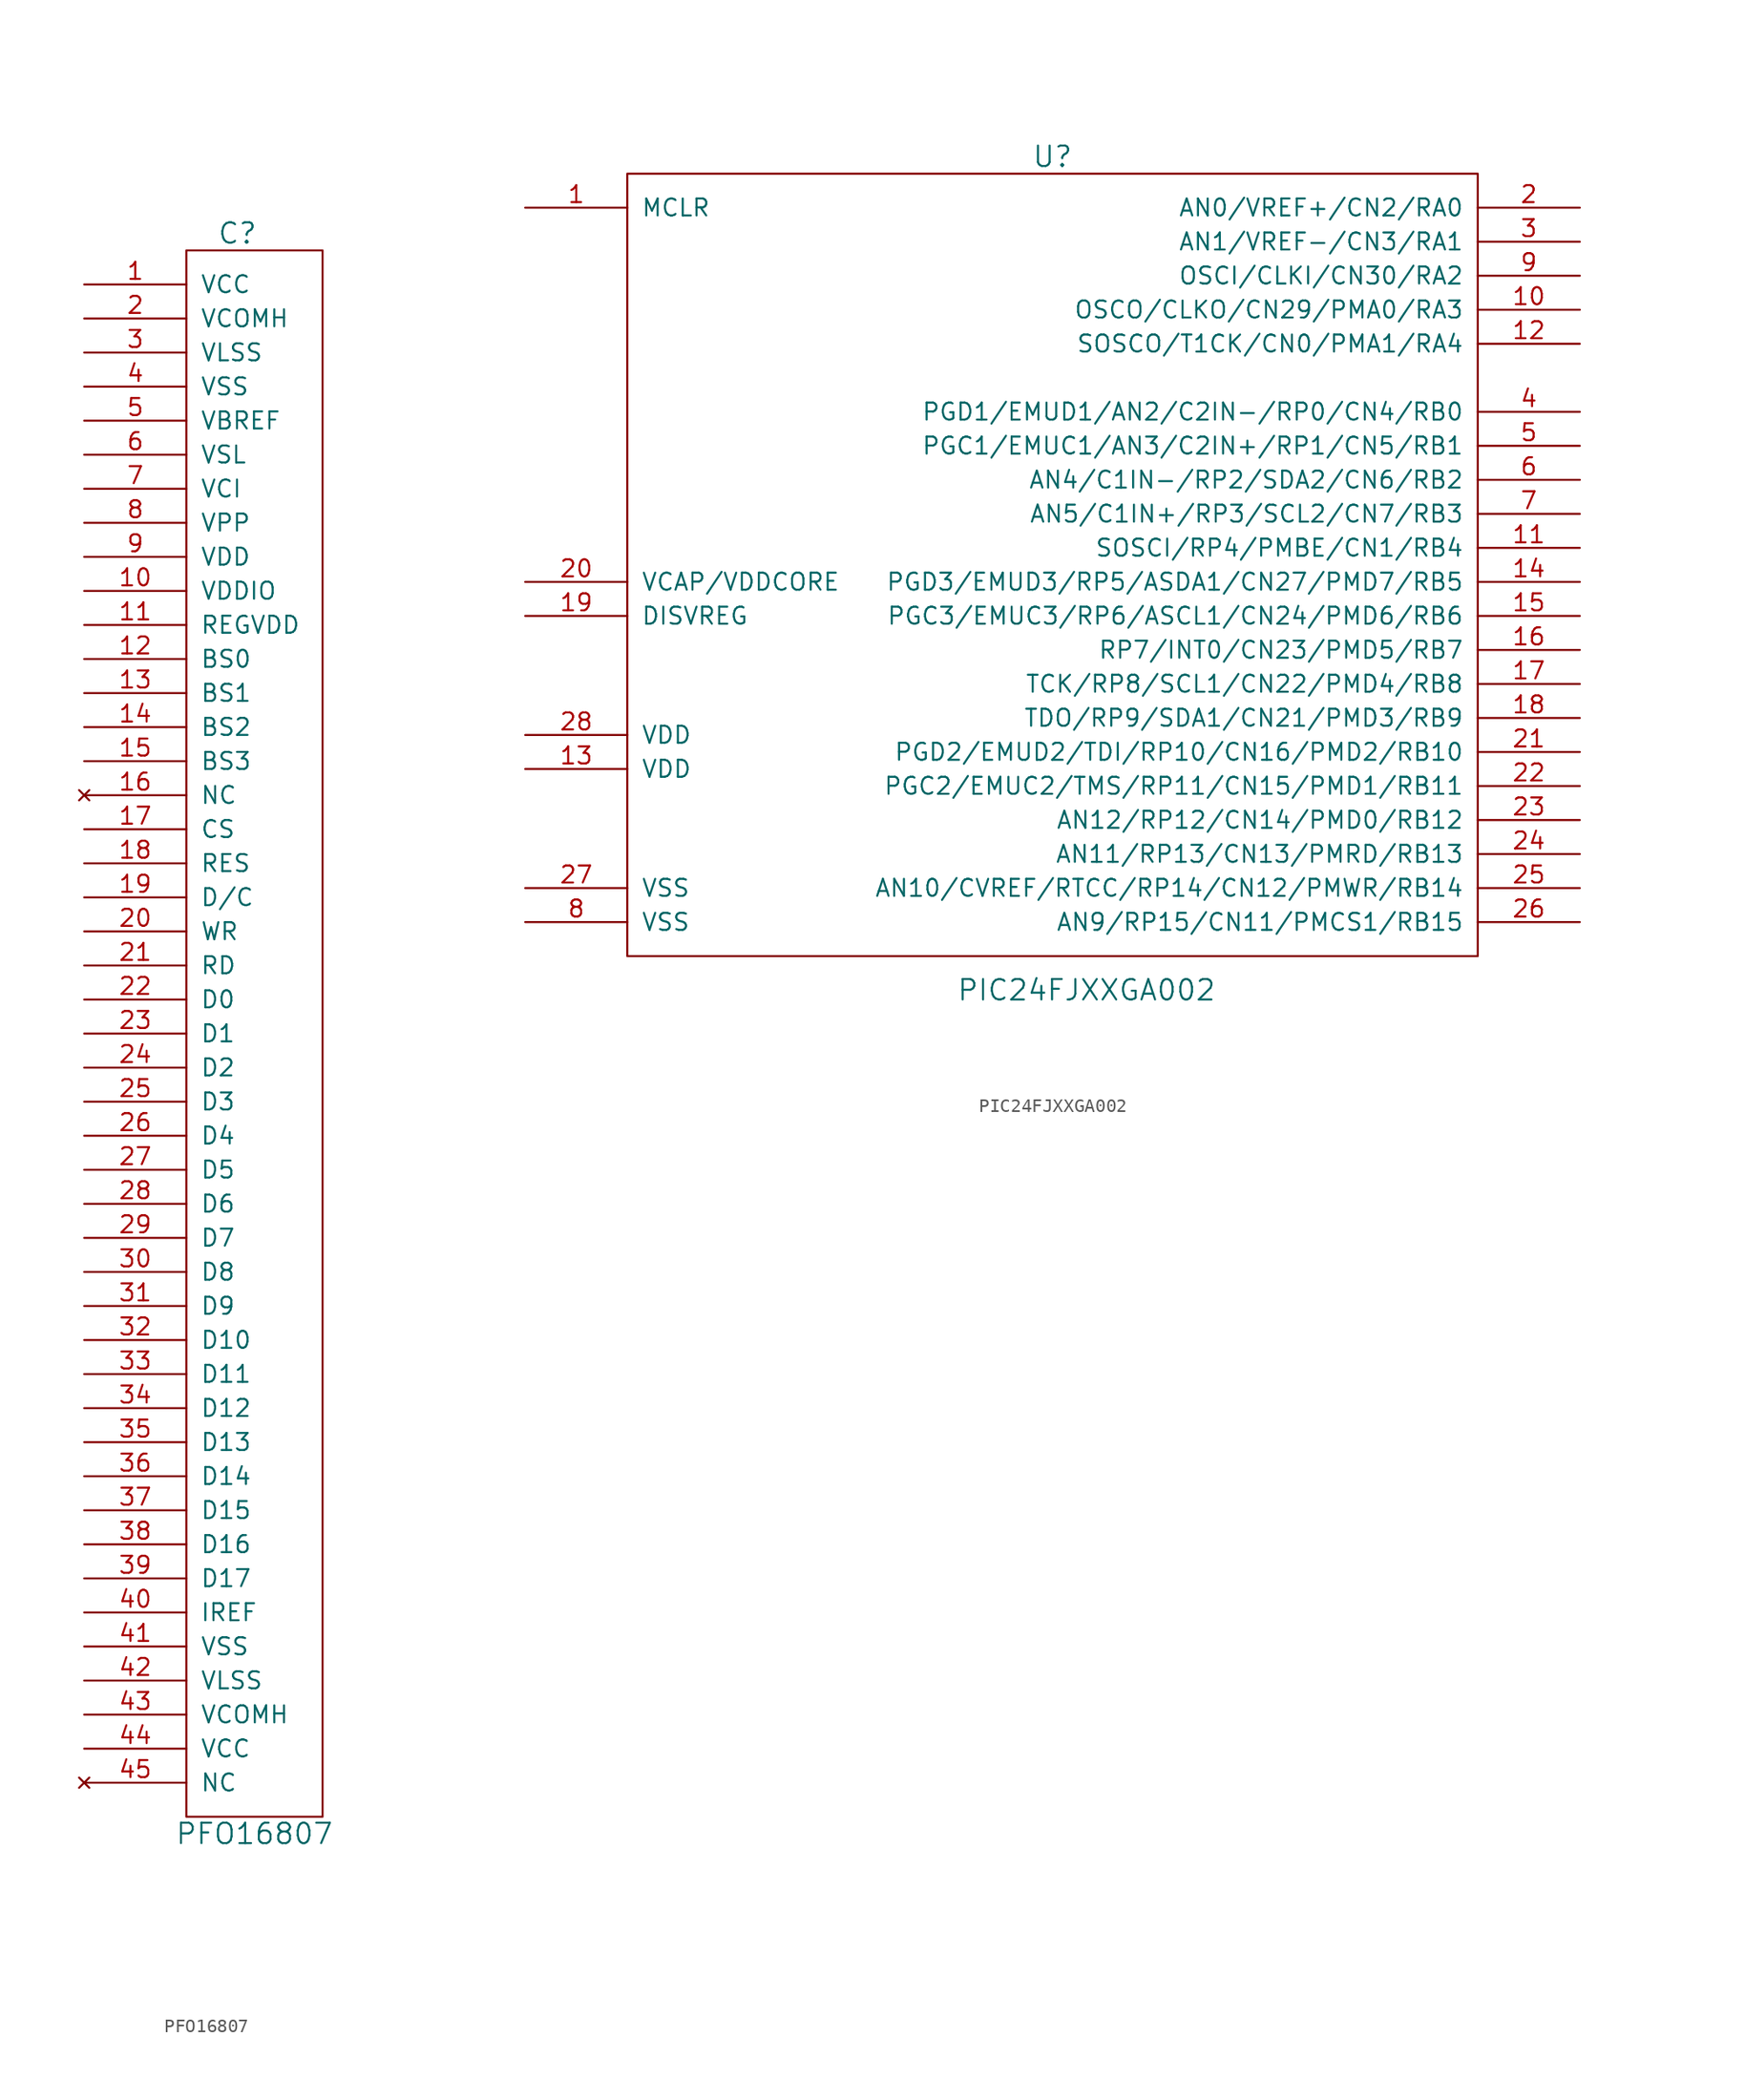
<source format=kicad_sym>
(kicad_symbol_lib
  (version 20231120)
  (generator "kicad_symbol_editor")
  (generator_version "8.0")
  (symbol "PFO16807"
    (pin_names
      (offset 1.016))
    (property "Reference" "C"
      (at -1.27 58.42 0)
      (effects (font (size 1.524 1.524))))
    (property "Value" "PFO16807"
      (at 0 -60.96 0)
      (effects (font (size 1.524 1.524))))
    (property "Footprint" ""
      (at 0 0 0)
      (effects (font (size 1.524 1.524))))
    (property "Datasheet" ""
      (at 0 0 0)
      (effects (font (size 1.524 1.524))))
    (symbol "PFO16807_0_1"
      (rectangle (start -5.08 57.15) (end 5.08 -59.69) (stroke (width 0) (type solid)) (fill (type none))))
    (symbol "PFO16807_1_1"
      (pin input line (at -12.7 54.61 0) (length 7.62) (name "VCC" (effects (font (size 1.27 1.27)))) (number "1" (effects (font (size 1.27 1.27)))))
      (pin input line (at -12.7 31.75 0) (length 7.62) (name "VDDIO" (effects (font (size 1.27 1.27)))) (number "10" (effects (font (size 1.27 1.27)))))
      (pin input line (at -12.7 29.21 0) (length 7.62) (name "REGVDD" (effects (font (size 1.27 1.27)))) (number "11" (effects (font (size 1.27 1.27)))))
      (pin input line (at -12.7 26.67 0) (length 7.62) (name "BS0" (effects (font (size 1.27 1.27)))) (number "12" (effects (font (size 1.27 1.27)))))
      (pin input line (at -12.7 24.13 0) (length 7.62) (name "BS1" (effects (font (size 1.27 1.27)))) (number "13" (effects (font (size 1.27 1.27)))))
      (pin input line (at -12.7 21.59 0) (length 7.62) (name "BS2" (effects (font (size 1.27 1.27)))) (number "14" (effects (font (size 1.27 1.27)))))
      (pin input line (at -12.7 19.05 0) (length 7.62) (name "BS3" (effects (font (size 1.27 1.27)))) (number "15" (effects (font (size 1.27 1.27)))))
      (pin no_connect line (at -12.7 16.51 0) (length 7.62) (name "NC" (effects (font (size 1.27 1.27)))) (number "16" (effects (font (size 1.27 1.27)))))
      (pin input line (at -12.7 13.97 0) (length 7.62) (name "CS" (effects (font (size 1.27 1.27)))) (number "17" (effects (font (size 1.27 1.27)))))
      (pin input line (at -12.7 11.43 0) (length 7.62) (name "RES" (effects (font (size 1.27 1.27)))) (number "18" (effects (font (size 1.27 1.27)))))
      (pin input line (at -12.7 8.89 0) (length 7.62) (name "D/C" (effects (font (size 1.27 1.27)))) (number "19" (effects (font (size 1.27 1.27)))))
      (pin input line (at -12.7 52.07 0) (length 7.62) (name "VCOMH" (effects (font (size 1.27 1.27)))) (number "2" (effects (font (size 1.27 1.27)))))
      (pin input line (at -12.7 6.35 0) (length 7.62) (name "WR" (effects (font (size 1.27 1.27)))) (number "20" (effects (font (size 1.27 1.27)))))
      (pin input line (at -12.7 3.81 0) (length 7.62) (name "RD" (effects (font (size 1.27 1.27)))) (number "21" (effects (font (size 1.27 1.27)))))
      (pin input line (at -12.7 1.27 0) (length 7.62) (name "D0" (effects (font (size 1.27 1.27)))) (number "22" (effects (font (size 1.27 1.27)))))
      (pin input line (at -12.7 -1.27 0) (length 7.62) (name "D1" (effects (font (size 1.27 1.27)))) (number "23" (effects (font (size 1.27 1.27)))))
      (pin input line (at -12.7 -3.81 0) (length 7.62) (name "D2" (effects (font (size 1.27 1.27)))) (number "24" (effects (font (size 1.27 1.27)))))
      (pin input line (at -12.7 -6.35 0) (length 7.62) (name "D3" (effects (font (size 1.27 1.27)))) (number "25" (effects (font (size 1.27 1.27)))))
      (pin input line (at -12.7 -8.89 0) (length 7.62) (name "D4" (effects (font (size 1.27 1.27)))) (number "26" (effects (font (size 1.27 1.27)))))
      (pin input line (at -12.7 -11.43 0) (length 7.62) (name "D5" (effects (font (size 1.27 1.27)))) (number "27" (effects (font (size 1.27 1.27)))))
      (pin input line (at -12.7 -13.97 0) (length 7.62) (name "D6" (effects (font (size 1.27 1.27)))) (number "28" (effects (font (size 1.27 1.27)))))
      (pin input line (at -12.7 -16.51 0) (length 7.62) (name "D7" (effects (font (size 1.27 1.27)))) (number "29" (effects (font (size 1.27 1.27)))))
      (pin input line (at -12.7 49.53 0) (length 7.62) (name "VLSS" (effects (font (size 1.27 1.27)))) (number "3" (effects (font (size 1.27 1.27)))))
      (pin input line (at -12.7 -19.05 0) (length 7.62) (name "D8" (effects (font (size 1.27 1.27)))) (number "30" (effects (font (size 1.27 1.27)))))
      (pin input line (at -12.7 -21.59 0) (length 7.62) (name "D9" (effects (font (size 1.27 1.27)))) (number "31" (effects (font (size 1.27 1.27)))))
      (pin input line (at -12.7 -24.13 0) (length 7.62) (name "D10" (effects (font (size 1.27 1.27)))) (number "32" (effects (font (size 1.27 1.27)))))
      (pin input line (at -12.7 -26.67 0) (length 7.62) (name "D11" (effects (font (size 1.27 1.27)))) (number "33" (effects (font (size 1.27 1.27)))))
      (pin input line (at -12.7 -29.21 0) (length 7.62) (name "D12" (effects (font (size 1.27 1.27)))) (number "34" (effects (font (size 1.27 1.27)))))
      (pin input line (at -12.7 -31.75 0) (length 7.62) (name "D13" (effects (font (size 1.27 1.27)))) (number "35" (effects (font (size 1.27 1.27)))))
      (pin input line (at -12.7 -34.29 0) (length 7.62) (name "D14" (effects (font (size 1.27 1.27)))) (number "36" (effects (font (size 1.27 1.27)))))
      (pin input line (at -12.7 -36.83 0) (length 7.62) (name "D15" (effects (font (size 1.27 1.27)))) (number "37" (effects (font (size 1.27 1.27)))))
      (pin input line (at -12.7 -39.37 0) (length 7.62) (name "D16" (effects (font (size 1.27 1.27)))) (number "38" (effects (font (size 1.27 1.27)))))
      (pin input line (at -12.7 -41.91 0) (length 7.62) (name "D17" (effects (font (size 1.27 1.27)))) (number "39" (effects (font (size 1.27 1.27)))))
      (pin input line (at -12.7 46.99 0) (length 7.62) (name "VSS" (effects (font (size 1.27 1.27)))) (number "4" (effects (font (size 1.27 1.27)))))
      (pin input line (at -12.7 -44.45 0) (length 7.62) (name "IREF" (effects (font (size 1.27 1.27)))) (number "40" (effects (font (size 1.27 1.27)))))
      (pin input line (at -12.7 -46.99 0) (length 7.62) (name "VSS" (effects (font (size 1.27 1.27)))) (number "41" (effects (font (size 1.27 1.27)))))
      (pin input line (at -12.7 -49.53 0) (length 7.62) (name "VLSS" (effects (font (size 1.27 1.27)))) (number "42" (effects (font (size 1.27 1.27)))))
      (pin input line (at -12.7 -52.07 0) (length 7.62) (name "VCOMH" (effects (font (size 1.27 1.27)))) (number "43" (effects (font (size 1.27 1.27)))))
      (pin input line (at -12.7 -54.61 0) (length 7.62) (name "VCC" (effects (font (size 1.27 1.27)))) (number "44" (effects (font (size 1.27 1.27)))))
      (pin no_connect line (at -12.7 -57.15 0) (length 7.62) (name "NC" (effects (font (size 1.27 1.27)))) (number "45" (effects (font (size 1.27 1.27)))))
      (pin input line (at -12.7 44.45 0) (length 7.62) (name "VBREF" (effects (font (size 1.27 1.27)))) (number "5" (effects (font (size 1.27 1.27)))))
      (pin input line (at -12.7 41.91 0) (length 7.62) (name "VSL" (effects (font (size 1.27 1.27)))) (number "6" (effects (font (size 1.27 1.27)))))
      (pin input line (at -12.7 39.37 0) (length 7.62) (name "VCI" (effects (font (size 1.27 1.27)))) (number "7" (effects (font (size 1.27 1.27)))))
      (pin input line (at -12.7 36.83 0) (length 7.62) (name "VPP" (effects (font (size 1.27 1.27)))) (number "8" (effects (font (size 1.27 1.27)))))
      (pin input line (at -12.7 34.29 0) (length 7.62) (name "VDD" (effects (font (size 1.27 1.27)))) (number "9" (effects (font (size 1.27 1.27)))))))
  (symbol "PIC24FJXXGA002"
    (pin_names
      (offset 1.016))
    (property "Reference" "U"
      (at 0 30.48 0)
      (effects (font (size 1.524 1.524))))
    (property "Value" "PIC24FJXXGA002"
      (at 2.54 -31.75 0)
      (effects (font (size 1.524 1.524))))
    (property "Footprint" ""
      (at 0 0 0)
      (effects (font (size 1.524 1.524))))
    (property "Datasheet" ""
      (at 0 0 0)
      (effects (font (size 1.524 1.524))))
    (symbol "PIC24FJXXGA002_0_1"
      (rectangle (start -31.75 29.21) (end 31.75 -29.21) (stroke (width 0) (type solid)) (fill (type none))))
    (symbol "PIC24FJXXGA002_1_1"
      (pin input line (at -39.37 26.67 0) (length 7.62) (name "MCLR" (effects (font (size 1.27 1.27)))) (number "1" (effects (font (size 1.27 1.27)))))
      (pin bidirectional line (at 39.37 19.05 180) (length 7.62) (name "OSCO/CLKO/CN29/PMA0/RA3" (effects (font (size 1.27 1.27)))) (number "10" (effects (font (size 1.27 1.27)))))
      (pin bidirectional line (at 39.37 1.27 180) (length 7.62) (name "SOSCI/RP4/PMBE/CN1/RB4" (effects (font (size 1.27 1.27)))) (number "11" (effects (font (size 1.27 1.27)))))
      (pin bidirectional line (at 39.37 16.51 180) (length 7.62) (name "SOSCO/T1CK/CN0/PMA1/RA4" (effects (font (size 1.27 1.27)))) (number "12" (effects (font (size 1.27 1.27)))))
      (pin power_in line (at -39.37 -15.24 0) (length 7.62) (name "VDD" (effects (font (size 1.27 1.27)))) (number "13" (effects (font (size 1.27 1.27)))))
      (pin bidirectional line (at 39.37 -1.27 180) (length 7.62) (name "PGD3/EMUD3/RP5/ASDA1/CN27/PMD7/RB5" (effects (font (size 1.27 1.27)))) (number "14" (effects (font (size 1.27 1.27)))))
      (pin input line (at 39.37 -3.81 180) (length 7.62) (name "PGC3/EMUC3/RP6/ASCL1/CN24/PMD6/RB6" (effects (font (size 1.27 1.27)))) (number "15" (effects (font (size 1.27 1.27)))))
      (pin bidirectional line (at 39.37 -6.35 180) (length 7.62) (name "RP7/INT0/CN23/PMD5/RB7" (effects (font (size 1.27 1.27)))) (number "16" (effects (font (size 1.27 1.27)))))
      (pin input line (at 39.37 -8.89 180) (length 7.62) (name "TCK/RP8/SCL1/CN22/PMD4/RB8" (effects (font (size 1.27 1.27)))) (number "17" (effects (font (size 1.27 1.27)))))
      (pin input line (at 39.37 -11.43 180) (length 7.62) (name "TDO/RP9/SDA1/CN21/PMD3/RB9" (effects (font (size 1.27 1.27)))) (number "18" (effects (font (size 1.27 1.27)))))
      (pin input line (at -39.37 -3.81 0) (length 7.62) (name "DISVREG" (effects (font (size 1.27 1.27)))) (number "19" (effects (font (size 1.27 1.27)))))
      (pin bidirectional line (at 39.37 26.67 180) (length 7.62) (name "AN0/VREF+/CN2/RA0" (effects (font (size 1.27 1.27)))) (number "2" (effects (font (size 1.27 1.27)))))
      (pin bidirectional line (at -39.37 -1.27 0) (length 7.62) (name "VCAP/VDDCORE" (effects (font (size 1.27 1.27)))) (number "20" (effects (font (size 1.27 1.27)))))
      (pin bidirectional line (at 39.37 -13.97 180) (length 7.62) (name "PGD2/EMUD2/TDI/RP10/CN16/PMD2/RB10" (effects (font (size 1.27 1.27)))) (number "21" (effects (font (size 1.27 1.27)))))
      (pin bidirectional line (at 39.37 -16.51 180) (length 7.62) (name "PGC2/EMUC2/TMS/RP11/CN15/PMD1/RB11" (effects (font (size 1.27 1.27)))) (number "22" (effects (font (size 1.27 1.27)))))
      (pin bidirectional line (at 39.37 -19.05 180) (length 7.62) (name "AN12/RP12/CN14/PMD0/RB12" (effects (font (size 1.27 1.27)))) (number "23" (effects (font (size 1.27 1.27)))))
      (pin bidirectional line (at 39.37 -21.59 180) (length 7.62) (name "AN11/RP13/CN13/PMRD/RB13" (effects (font (size 1.27 1.27)))) (number "24" (effects (font (size 1.27 1.27)))))
      (pin bidirectional line (at 39.37 -24.13 180) (length 7.62) (name "AN10/CVREF/RTCC/RP14/CN12/PMWR/RB14" (effects (font (size 1.27 1.27)))) (number "25" (effects (font (size 1.27 1.27)))))
      (pin bidirectional line (at 39.37 -26.67 180) (length 7.62) (name "AN9/RP15/CN11/PMCS1/RB15" (effects (font (size 1.27 1.27)))) (number "26" (effects (font (size 1.27 1.27)))))
      (pin power_in line (at -39.37 -24.13 0) (length 7.62) (name "VSS" (effects (font (size 1.27 1.27)))) (number "27" (effects (font (size 1.27 1.27)))))
      (pin power_in line (at -39.37 -12.7 0) (length 7.62) (name "VDD" (effects (font (size 1.27 1.27)))) (number "28" (effects (font (size 1.27 1.27)))))
      (pin bidirectional line (at 39.37 24.13 180) (length 7.62) (name "AN1/VREF-/CN3/RA1" (effects (font (size 1.27 1.27)))) (number "3" (effects (font (size 1.27 1.27)))))
      (pin bidirectional line (at 39.37 11.43 180) (length 7.62) (name "PGD1/EMUD1/AN2/C2IN-/RP0/CN4/RB0" (effects (font (size 1.27 1.27)))) (number "4" (effects (font (size 1.27 1.27)))))
      (pin bidirectional line (at 39.37 8.89 180) (length 7.62) (name "PGC1/EMUC1/AN3/C2IN+/RP1/CN5/RB1" (effects (font (size 1.27 1.27)))) (number "5" (effects (font (size 1.27 1.27)))))
      (pin bidirectional line (at 39.37 6.35 180) (length 7.62) (name "AN4/C1IN-/RP2/SDA2/CN6/RB2" (effects (font (size 1.27 1.27)))) (number "6" (effects (font (size 1.27 1.27)))))
      (pin bidirectional line (at 39.37 3.81 180) (length 7.62) (name "AN5/C1IN+/RP3/SCL2/CN7/RB3" (effects (font (size 1.27 1.27)))) (number "7" (effects (font (size 1.27 1.27)))))
      (pin power_in line (at -39.37 -26.67 0) (length 7.62) (name "VSS" (effects (font (size 1.27 1.27)))) (number "8" (effects (font (size 1.27 1.27)))))
      (pin bidirectional line (at 39.37 21.59 180) (length 7.62) (name "OSCI/CLKI/CN30/RA2" (effects (font (size 1.27 1.27)))) (number "9" (effects (font (size 1.27 1.27))))))))
</source>
